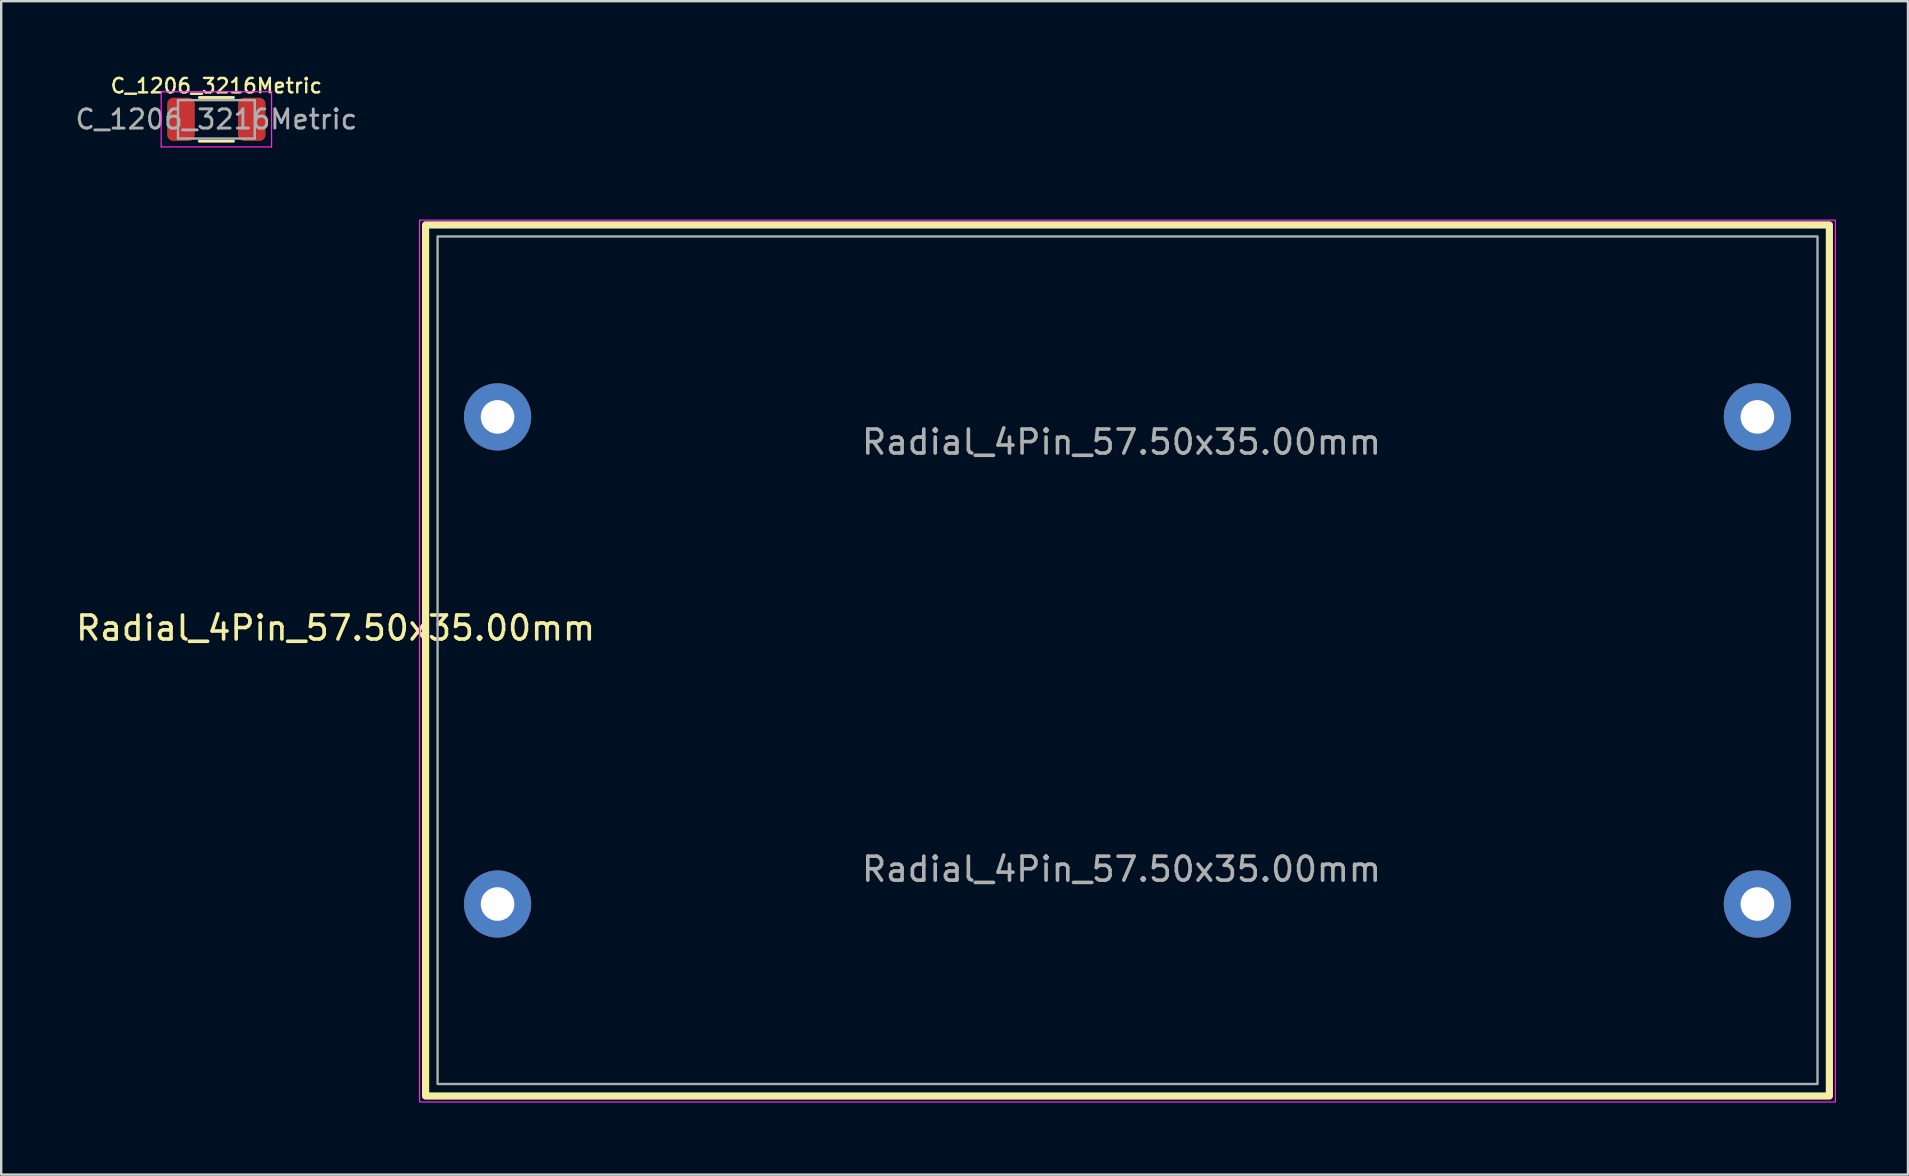
<source format=kicad_pcb>
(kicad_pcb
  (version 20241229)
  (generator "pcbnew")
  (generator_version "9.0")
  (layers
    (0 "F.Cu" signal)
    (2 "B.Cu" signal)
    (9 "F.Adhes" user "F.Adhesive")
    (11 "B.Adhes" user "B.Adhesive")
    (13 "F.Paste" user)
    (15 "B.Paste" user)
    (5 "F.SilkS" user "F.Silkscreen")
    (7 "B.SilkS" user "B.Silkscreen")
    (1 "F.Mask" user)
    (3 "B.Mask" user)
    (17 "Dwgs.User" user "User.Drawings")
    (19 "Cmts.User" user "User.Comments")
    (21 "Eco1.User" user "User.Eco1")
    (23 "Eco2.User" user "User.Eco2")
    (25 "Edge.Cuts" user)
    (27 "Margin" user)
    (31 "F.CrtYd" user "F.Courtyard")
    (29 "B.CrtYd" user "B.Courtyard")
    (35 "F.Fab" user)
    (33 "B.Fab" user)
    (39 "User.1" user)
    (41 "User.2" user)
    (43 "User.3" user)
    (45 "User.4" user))
  (footprint "Radial_4Pin_57.50x35.00mm"
    (layer "F.Cu")
    (at 17.685 34.623)
    (property "Reference" "Radial_4Pin_57.50x35.00mm" (at -6.75 -11.5 0) (layer "F.SilkS") (effects (font (size 1 1) (thickness 0.15))))
    (attr through_hole)
    (fp_rect (start -3 -28.3) (end 55.5 8) (stroke (width 0.3) (type default)) (fill no) (layer "F.SilkS"))
    (fp_rect (start -3.25 -28.5) (end 55.75 8.25) (stroke (width 0.05) (type default)) (fill no) (layer "F.CrtYd"))
    (fp_rect (start -2.5 -27.82) (end 55.005 7.5) (stroke (width 0.1) (type default)) (fill no) (layer "F.Fab"))
    (fp_text user "${REFERENCE}" (at 26 -1.45 0) (layer "F.Fab") (effects (font (size 1 1) (thickness 0.15))))
    (fp_text user "${REFERENCE}" (at 26 -19.25 0) (layer "F.Fab") (effects (font (size 1 1) (thickness 0.15))))
    (pad "1" thru_hole circle (at 0 -20.3) (size 2.8 2.8) (drill 1.4) (layers "*.Cu" "*.Mask"))
    (pad "1" thru_hole circle (at 0 0) (size 2.8 2.8) (drill 1.4) (layers "*.Cu" "*.Mask"))
    (pad "2" thru_hole circle (at 52.5 -20.3) (size 2.8 2.8) (drill 1.4) (layers "*.Cu" "*.Mask"))
    (pad "2" thru_hole circle (at 52.5 0) (size 2.8 2.8) (drill 1.4) (layers "*.Cu" "*.Mask")))
  (footprint "C_1206_3216Metric"
    (layer "F.Cu")
    (at 5.967 1.923)
    (property "Reference" "C_1206_3216Metric" (at 0 -1.397 0) (layer "F.SilkS") (effects (font (size 0.6 0.6) (thickness 0.1))))
    (attr smd)
    (fp_line (start -0.711 -0.91) (end 0.711 -0.91) (stroke (width 0.12) (type solid)) (layer "F.SilkS"))
    (fp_line (start -0.711 0.91) (end 0.711 0.91) (stroke (width 0.12) (type solid)) (layer "F.SilkS"))
    (fp_line (start -2.3 -1.15) (end 2.3 -1.15) (stroke (width 0.05) (type solid)) (layer "F.CrtYd"))
    (fp_line (start -2.3 1.15) (end -2.3 -1.15) (stroke (width 0.05) (type solid)) (layer "F.CrtYd"))
    (fp_line (start 2.3 -1.15) (end 2.3 1.15) (stroke (width 0.05) (type solid)) (layer "F.CrtYd"))
    (fp_line (start 2.3 1.15) (end -2.3 1.15) (stroke (width 0.05) (type solid)) (layer "F.CrtYd"))
    (fp_line (start -1.6 -0.8) (end 1.6 -0.8) (stroke (width 0.1) (type solid)) (layer "F.Fab"))
    (fp_line (start -1.6 0.8) (end -1.6 -0.8) (stroke (width 0.1) (type solid)) (layer "F.Fab"))
    (fp_line (start 1.6 -0.8) (end 1.6 0.8) (stroke (width 0.1) (type solid)) (layer "F.Fab"))
    (fp_line (start 1.6 0.8) (end -1.6 0.8) (stroke (width 0.1) (type solid)) (layer "F.Fab"))
    (fp_text user "${REFERENCE}" (at 0 0 0) (layer "F.Fab") (effects (font (size 0.8 0.8) (thickness 0.12))))
    (pad "1" smd roundrect (at -1.475 0) (size 1.15 1.8) (layers "F.Cu" "F.Mask" "F.Paste") (roundrect_rratio 0.217))
    (pad "2" smd roundrect (at 1.475 0) (size 1.15 1.8) (layers "F.Cu" "F.Mask" "F.Paste") (roundrect_rratio 0.217)))
  (gr_rect
    (start -3 -3)
    (end 76.46 45.898)
    (stroke (width 0.1) (type default))
    (fill no)
    (layer "Edge.Cuts")))
</source>
